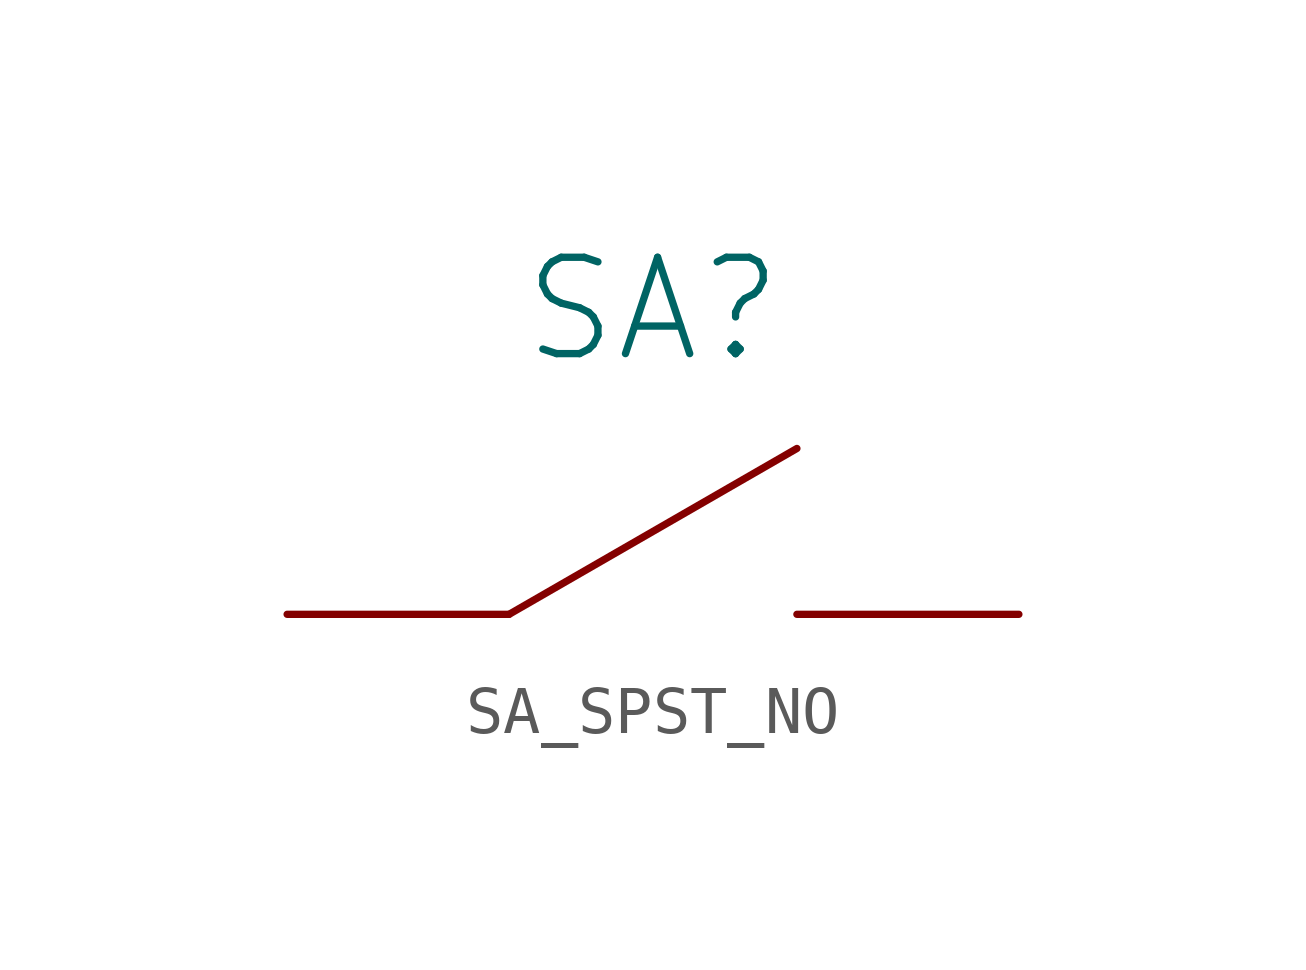
<source format=kicad_sym>
(kicad_symbol_lib
  (version 20231120)
  (generator "kicad_symbol_editor")
  (generator_version "8.0")
  (symbol "SA_SPST_NO"
    (pin_numbers hide)
    (pin_names
      (offset 0) hide)
    (property "Reference" "SA"
      (at 0 6.35 0)
      (effects (font (size 2.007 2.007))))
    (symbol "SA_SPST_NO_0_1"
      (polyline (pts (xy -2.997 0) (xy 2.997 3.454)) (stroke (width 0) (type solid)) (fill (type none))))
    (symbol "SA_SPST_NO_1_1"
      (pin passive line (at -7.62 0 0) (length 4.623) (name "~" (effects (font (size 2.007 2.007)))) (number "1" (effects (font (size 2.007 2.007)))))
      (pin passive line (at 7.62 0 180) (length 4.623) (name "~" (effects (font (size 2.007 2.007)))) (number "2" (effects (font (size 2.007 2.007))))))))
</source>
